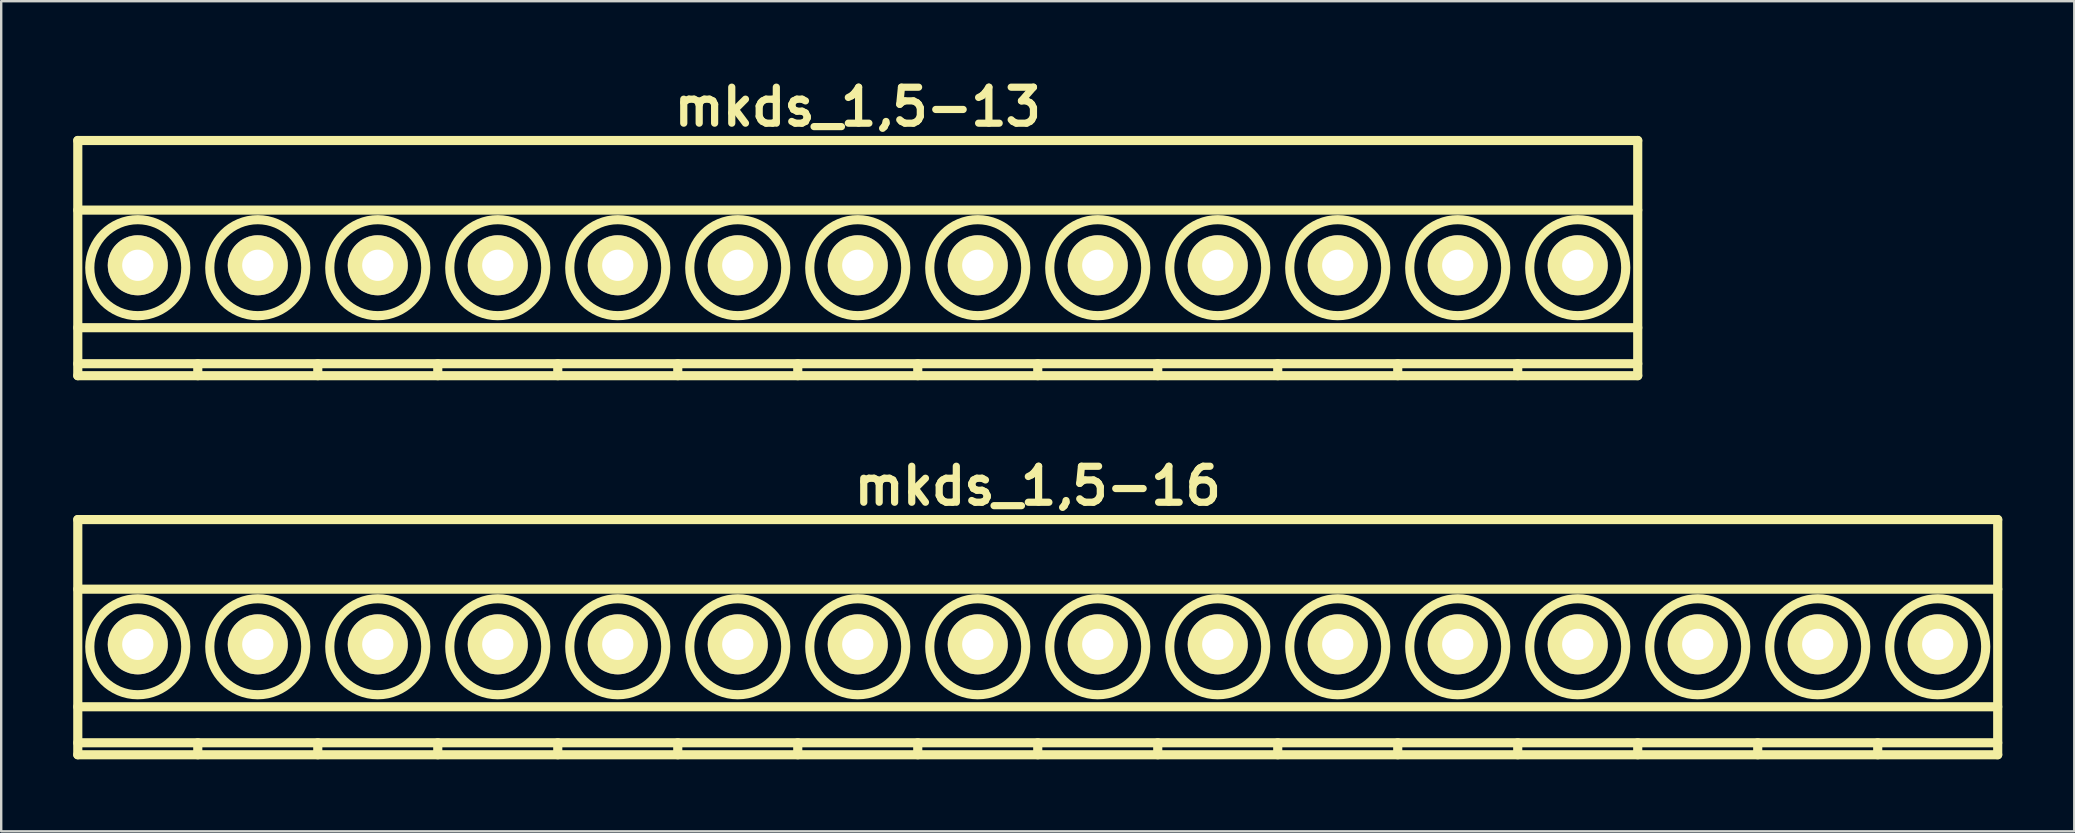
<source format=kicad_pcb>
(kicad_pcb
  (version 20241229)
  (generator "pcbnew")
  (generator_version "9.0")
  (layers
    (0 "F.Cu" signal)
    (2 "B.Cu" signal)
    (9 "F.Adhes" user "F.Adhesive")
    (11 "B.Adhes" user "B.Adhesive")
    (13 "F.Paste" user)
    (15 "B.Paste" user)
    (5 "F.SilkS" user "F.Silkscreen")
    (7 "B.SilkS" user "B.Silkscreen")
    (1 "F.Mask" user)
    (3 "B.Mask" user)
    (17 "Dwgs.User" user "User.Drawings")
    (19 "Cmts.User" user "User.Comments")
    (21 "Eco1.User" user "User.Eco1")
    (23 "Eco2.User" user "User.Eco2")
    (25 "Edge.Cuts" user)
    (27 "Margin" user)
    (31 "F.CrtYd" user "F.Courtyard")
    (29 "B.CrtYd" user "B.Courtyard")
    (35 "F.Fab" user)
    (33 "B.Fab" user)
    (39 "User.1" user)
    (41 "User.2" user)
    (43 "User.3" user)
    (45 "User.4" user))
  (footprint "mkds_1,5-16"
    (layer "F.Cu")
    (at 40.191 23.799)
    (property "Reference" "mkds_1,5-16" (at 0 -6.6 0) (layer "F.SilkS") (effects (font (size 1.5 1.5) (thickness 0.3))))
    (attr through_hole)
    (fp_line (start -40 -5.2) (end -40 4.6) (stroke (width 0.381) (type solid)) (layer "F.SilkS"))
    (fp_line (start -40 -2.3) (end 40 -2.3) (stroke (width 0.381) (type solid)) (layer "F.SilkS"))
    (fp_line (start -40 2.6) (end 40 2.6) (stroke (width 0.381) (type solid)) (layer "F.SilkS"))
    (fp_line (start -40 4.1) (end 40 4.1) (stroke (width 0.381) (type solid)) (layer "F.SilkS"))
    (fp_line (start -40 4.6) (end 40 4.6) (stroke (width 0.381) (type solid)) (layer "F.SilkS"))
    (fp_line (start -35 4.1) (end -35 4.6) (stroke (width 0.381) (type solid)) (layer "F.SilkS"))
    (fp_line (start -30 4.1) (end -30 4.6) (stroke (width 0.381) (type solid)) (layer "F.SilkS"))
    (fp_line (start -25 4.1) (end -25 4.6) (stroke (width 0.381) (type solid)) (layer "F.SilkS"))
    (fp_line (start -20 4.1) (end -20 4.6) (stroke (width 0.381) (type solid)) (layer "F.SilkS"))
    (fp_line (start -15 4.1) (end -15 4.6) (stroke (width 0.381) (type solid)) (layer "F.SilkS"))
    (fp_line (start -10 4.1) (end -10 4.6) (stroke (width 0.381) (type solid)) (layer "F.SilkS"))
    (fp_line (start -5 4.1) (end -5 4.6) (stroke (width 0.381) (type solid)) (layer "F.SilkS"))
    (fp_line (start 0 4.1) (end 0 4.6) (stroke (width 0.381) (type solid)) (layer "F.SilkS"))
    (fp_line (start 5 4.1) (end 5 4.6) (stroke (width 0.381) (type solid)) (layer "F.SilkS"))
    (fp_line (start 10 4.1) (end 10 4.6) (stroke (width 0.381) (type solid)) (layer "F.SilkS"))
    (fp_line (start 15 4.1) (end 15 4.6) (stroke (width 0.381) (type solid)) (layer "F.SilkS"))
    (fp_line (start 20 4.1) (end 20 4.6) (stroke (width 0.381) (type solid)) (layer "F.SilkS"))
    (fp_line (start 25 4.1) (end 25 4.6) (stroke (width 0.381) (type solid)) (layer "F.SilkS"))
    (fp_line (start 30 4.1) (end 30 4.6) (stroke (width 0.381) (type solid)) (layer "F.SilkS"))
    (fp_line (start 35 4.1) (end 35 4.6) (stroke (width 0.381) (type solid)) (layer "F.SilkS"))
    (fp_line (start 40 -5.2) (end -40 -5.2) (stroke (width 0.381) (type solid)) (layer "F.SilkS"))
    (fp_line (start 40 4.6) (end 40 -5.2) (stroke (width 0.381) (type solid)) (layer "F.SilkS"))
    (fp_circle (center -37.5 0.1) (end -35.5 0.1) (stroke (width 0.381) (type solid)) (fill no) (layer "F.SilkS"))
    (fp_circle (center -32.5 0.1) (end -34.5 0.1) (stroke (width 0.381) (type solid)) (fill no) (layer "F.SilkS"))
    (fp_circle (center -27.5 0.1) (end -29.5 0.1) (stroke (width 0.381) (type solid)) (fill no) (layer "F.SilkS"))
    (fp_circle (center -22.5 0.1) (end -24.5 0.1) (stroke (width 0.381) (type solid)) (fill no) (layer "F.SilkS"))
    (fp_circle (center -17.5 0.1) (end -19.5 0.1) (stroke (width 0.381) (type solid)) (fill no) (layer "F.SilkS"))
    (fp_circle (center -12.5 0.1) (end -14.5 0.1) (stroke (width 0.381) (type solid)) (fill no) (layer "F.SilkS"))
    (fp_circle (center -7.5 0.1) (end -9.5 0.1) (stroke (width 0.381) (type solid)) (fill no) (layer "F.SilkS"))
    (fp_circle (center -2.5 0.1) (end -4.5 0.1) (stroke (width 0.381) (type solid)) (fill no) (layer "F.SilkS"))
    (fp_circle (center 2.5 0.1) (end 0.5 0.1) (stroke (width 0.381) (type solid)) (fill no) (layer "F.SilkS"))
    (fp_circle (center 7.5 0.1) (end 5.5 0.1) (stroke (width 0.381) (type solid)) (fill no) (layer "F.SilkS"))
    (fp_circle (center 12.5 0.1) (end 10.5 0.1) (stroke (width 0.381) (type solid)) (fill no) (layer "F.SilkS"))
    (fp_circle (center 17.5 0.1) (end 15.5 0.1) (stroke (width 0.381) (type solid)) (fill no) (layer "F.SilkS"))
    (fp_circle (center 22.5 0.1) (end 20.5 0.1) (stroke (width 0.381) (type solid)) (fill no) (layer "F.SilkS"))
    (fp_circle (center 27.5 0.1) (end 25.5 0.1) (stroke (width 0.381) (type solid)) (fill no) (layer "F.SilkS"))
    (fp_circle (center 32.5 0.1) (end 30.5 0.1) (stroke (width 0.381) (type solid)) (fill no) (layer "F.SilkS"))
    (fp_circle (center 37.5 0.1) (end 35.5 0.1) (stroke (width 0.381) (type solid)) (fill no) (layer "F.SilkS"))
    (pad "1" thru_hole circle (at -37.5 0) (size 2.5 2.5) (drill 1.3) (layers "*.Cu" "*.Mask" "F.SilkS"))
    (pad "2" thru_hole circle (at -32.5 0) (size 2.5 2.5) (drill 1.3) (layers "*.Cu" "*.Mask" "F.SilkS"))
    (pad "3" thru_hole circle (at -27.5 0) (size 2.5 2.5) (drill 1.3) (layers "*.Cu" "*.Mask" "F.SilkS"))
    (pad "4" thru_hole circle (at -22.5 0) (size 2.5 2.5) (drill 1.3) (layers "*.Cu" "*.Mask" "F.SilkS"))
    (pad "5" thru_hole circle (at -17.5 0) (size 2.5 2.5) (drill 1.3) (layers "*.Cu" "*.Mask" "F.SilkS"))
    (pad "6" thru_hole circle (at -12.5 0) (size 2.5 2.5) (drill 1.3) (layers "*.Cu" "*.Mask" "F.SilkS"))
    (pad "7" thru_hole circle (at -7.5 0) (size 2.5 2.5) (drill 1.3) (layers "*.Cu" "*.Mask" "F.SilkS"))
    (pad "8" thru_hole circle (at -2.5 0) (size 2.5 2.5) (drill 1.3) (layers "*.Cu" "*.Mask" "F.SilkS"))
    (pad "9" thru_hole circle (at 2.5 0) (size 2.5 2.5) (drill 1.3) (layers "*.Cu" "*.Mask" "F.SilkS"))
    (pad "10" thru_hole circle (at 7.5 0) (size 2.5 2.5) (drill 1.3) (layers "*.Cu" "*.Mask" "F.SilkS"))
    (pad "11" thru_hole circle (at 12.5 0) (size 2.5 2.5) (drill 1.3) (layers "*.Cu" "*.Mask" "F.SilkS"))
    (pad "12" thru_hole circle (at 17.5 0) (size 2.5 2.5) (drill 1.3) (layers "*.Cu" "*.Mask" "F.SilkS"))
    (pad "13" thru_hole circle (at 22.5 0) (size 2.5 2.5) (drill 1.3) (layers "*.Cu" "*.Mask" "F.SilkS"))
    (pad "14" thru_hole circle (at 27.5 0) (size 2.5 2.5) (drill 1.3) (layers "*.Cu" "*.Mask" "F.SilkS"))
    (pad "15" thru_hole circle (at 32.5 0) (size 2.5 2.5) (drill 1.3) (layers "*.Cu" "*.Mask" "F.SilkS"))
    (pad "16" thru_hole circle (at 37.5 0) (size 2.5 2.5) (drill 1.3) (layers "*.Cu" "*.Mask" "F.SilkS")))
  (footprint "mkds_1,5-13"
    (layer "F.Cu")
    (at 32.691 8.004)
    (property "Reference" "mkds_1,5-13" (at 0 -6.6 0) (layer "F.SilkS") (effects (font (size 1.5 1.5) (thickness 0.3))))
    (attr through_hole)
    (fp_line (start -32.5 -5.2) (end -32.5 4.6) (stroke (width 0.381) (type solid)) (layer "F.SilkS"))
    (fp_line (start -32.5 -2.3) (end 32.5 -2.3) (stroke (width 0.381) (type solid)) (layer "F.SilkS"))
    (fp_line (start -32.5 2.6) (end 32.5 2.6) (stroke (width 0.381) (type solid)) (layer "F.SilkS"))
    (fp_line (start -32.5 4.1) (end 32.5 4.1) (stroke (width 0.381) (type solid)) (layer "F.SilkS"))
    (fp_line (start -32.5 4.6) (end 32.5 4.6) (stroke (width 0.381) (type solid)) (layer "F.SilkS"))
    (fp_line (start -27.5 4.1) (end -27.5 4.6) (stroke (width 0.381) (type solid)) (layer "F.SilkS"))
    (fp_line (start -22.5 4.1) (end -22.5 4.6) (stroke (width 0.381) (type solid)) (layer "F.SilkS"))
    (fp_line (start -17.5 4.1) (end -17.5 4.6) (stroke (width 0.381) (type solid)) (layer "F.SilkS"))
    (fp_line (start -12.5 4.1) (end -12.5 4.6) (stroke (width 0.381) (type solid)) (layer "F.SilkS"))
    (fp_line (start -7.5 4.1) (end -7.5 4.6) (stroke (width 0.381) (type solid)) (layer "F.SilkS"))
    (fp_line (start -2.5 4.1) (end -2.5 4.6) (stroke (width 0.381) (type solid)) (layer "F.SilkS"))
    (fp_line (start 2.5 4.1) (end 2.5 4.6) (stroke (width 0.381) (type solid)) (layer "F.SilkS"))
    (fp_line (start 7.5 4.1) (end 7.5 4.6) (stroke (width 0.381) (type solid)) (layer "F.SilkS"))
    (fp_line (start 12.5 4.1) (end 12.5 4.6) (stroke (width 0.381) (type solid)) (layer "F.SilkS"))
    (fp_line (start 17.5 4.1) (end 17.5 4.6) (stroke (width 0.381) (type solid)) (layer "F.SilkS"))
    (fp_line (start 22.5 4.1) (end 22.5 4.6) (stroke (width 0.381) (type solid)) (layer "F.SilkS"))
    (fp_line (start 27.5 4.1) (end 27.5 4.6) (stroke (width 0.381) (type solid)) (layer "F.SilkS"))
    (fp_line (start 32.5 -5.2) (end -32.5 -5.2) (stroke (width 0.381) (type solid)) (layer "F.SilkS"))
    (fp_line (start 32.5 4.6) (end 32.5 -5.2) (stroke (width 0.381) (type solid)) (layer "F.SilkS"))
    (fp_circle (center -30 0.1) (end -28 0.1) (stroke (width 0.381) (type solid)) (fill no) (layer "F.SilkS"))
    (fp_circle (center -25 0.1) (end -27 0.1) (stroke (width 0.381) (type solid)) (fill no) (layer "F.SilkS"))
    (fp_circle (center -20 0.1) (end -22 0.1) (stroke (width 0.381) (type solid)) (fill no) (layer "F.SilkS"))
    (fp_circle (center -15 0.1) (end -17 0.1) (stroke (width 0.381) (type solid)) (fill no) (layer "F.SilkS"))
    (fp_circle (center -10 0.1) (end -12 0.1) (stroke (width 0.381) (type solid)) (fill no) (layer "F.SilkS"))
    (fp_circle (center -5 0.1) (end -7 0.1) (stroke (width 0.381) (type solid)) (fill no) (layer "F.SilkS"))
    (fp_circle (center 0 0.1) (end -2 0.1) (stroke (width 0.381) (type solid)) (fill no) (layer "F.SilkS"))
    (fp_circle (center 5 0.1) (end 3 0.1) (stroke (width 0.381) (type solid)) (fill no) (layer "F.SilkS"))
    (fp_circle (center 10 0.1) (end 8 0.1) (stroke (width 0.381) (type solid)) (fill no) (layer "F.SilkS"))
    (fp_circle (center 15 0.1) (end 13 0.1) (stroke (width 0.381) (type solid)) (fill no) (layer "F.SilkS"))
    (fp_circle (center 20 0.1) (end 18 0.1) (stroke (width 0.381) (type solid)) (fill no) (layer "F.SilkS"))
    (fp_circle (center 25 0.1) (end 23 0.1) (stroke (width 0.381) (type solid)) (fill no) (layer "F.SilkS"))
    (fp_circle (center 30 0.1) (end 28 0.1) (stroke (width 0.381) (type solid)) (fill no) (layer "F.SilkS"))
    (pad "1" thru_hole circle (at -30 0) (size 2.5 2.5) (drill 1.3) (layers "*.Cu" "*.Mask" "F.SilkS"))
    (pad "2" thru_hole circle (at -25 0) (size 2.5 2.5) (drill 1.3) (layers "*.Cu" "*.Mask" "F.SilkS"))
    (pad "3" thru_hole circle (at -20 0) (size 2.5 2.5) (drill 1.3) (layers "*.Cu" "*.Mask" "F.SilkS"))
    (pad "4" thru_hole circle (at -15 0) (size 2.5 2.5) (drill 1.3) (layers "*.Cu" "*.Mask" "F.SilkS"))
    (pad "5" thru_hole circle (at -10 0) (size 2.5 2.5) (drill 1.3) (layers "*.Cu" "*.Mask" "F.SilkS"))
    (pad "6" thru_hole circle (at -5 0) (size 2.5 2.5) (drill 1.3) (layers "*.Cu" "*.Mask" "F.SilkS"))
    (pad "7" thru_hole circle (at 0 0) (size 2.5 2.5) (drill 1.3) (layers "*.Cu" "*.Mask" "F.SilkS"))
    (pad "8" thru_hole circle (at 5 0) (size 2.5 2.5) (drill 1.3) (layers "*.Cu" "*.Mask" "F.SilkS"))
    (pad "9" thru_hole circle (at 10 0) (size 2.5 2.5) (drill 1.3) (layers "*.Cu" "*.Mask" "F.SilkS"))
    (pad "10" thru_hole circle (at 15 0) (size 2.5 2.5) (drill 1.3) (layers "*.Cu" "*.Mask" "F.SilkS"))
    (pad "11" thru_hole circle (at 20 0) (size 2.5 2.5) (drill 1.3) (layers "*.Cu" "*.Mask" "F.SilkS"))
    (pad "12" thru_hole circle (at 25 0) (size 2.5 2.5) (drill 1.3) (layers "*.Cu" "*.Mask" "F.SilkS"))
    (pad "13" thru_hole circle (at 30 0) (size 2.5 2.5) (drill 1.3) (layers "*.Cu" "*.Mask" "F.SilkS")))
  (gr_rect
    (start -3 -3)
    (end 83.381 31.589)
    (stroke (width 0.1) (type default))
    (fill no)
    (layer "Edge.Cuts")))
</source>
